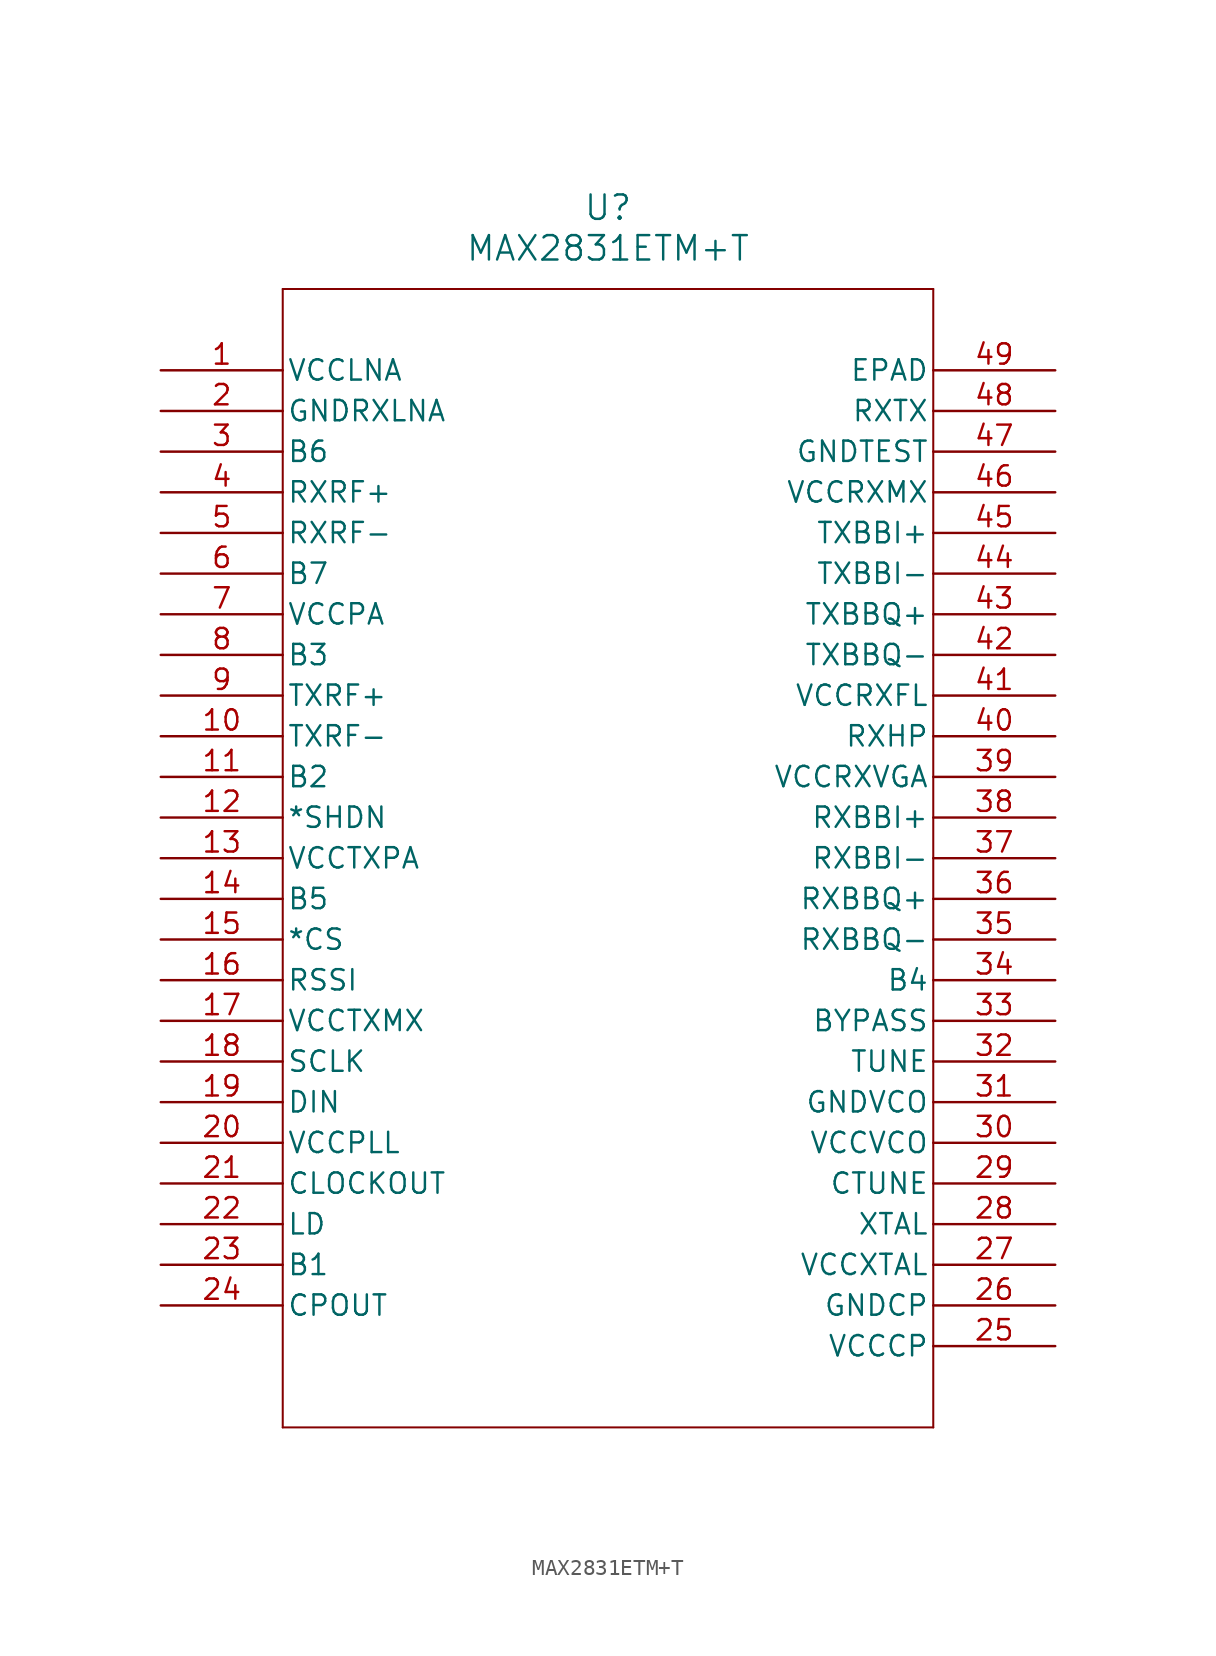
<source format=kicad_sym>
(kicad_symbol_lib
  (version 20211014)
  (generator kicad_symbol_editor)
  (symbol "MAX2831ETM+T"
    (pin_names
      (offset 0.254))
    (property "Reference" "U"
      (at 27.94 10.16 0)
      (effects (font (size 1.524 1.524))))
    (property "Value" "MAX2831ETM+T"
      (at 27.94 7.62 0)
      (effects (font (size 1.524 1.524))))
    (symbol "MAX2831ETM+T_0_1"
      (polyline (pts (xy 7.62 5.08) (xy 7.62 -66.04)) (stroke (width 0.127) (type default) (color 0 0 0 0)) (fill (type none)))
      (polyline (pts (xy 7.62 -66.04) (xy 48.26 -66.04)) (stroke (width 0.127) (type default) (color 0 0 0 0)) (fill (type none)))
      (polyline (pts (xy 48.26 -66.04) (xy 48.26 5.08)) (stroke (width 0.127) (type default) (color 0 0 0 0)) (fill (type none)))
      (polyline (pts (xy 48.26 5.08) (xy 7.62 5.08)) (stroke (width 0.127) (type default) (color 0 0 0 0)) (fill (type none)))
      (pin power_in line (at 0 0 0) (length 7.62) (name "VCCLNA" (effects (font (size 1.27 1.27)))) (number "1" (effects (font (size 1.27 1.27)))))
      (pin power_in line (at 0 -2.54 0) (length 7.62) (name "GNDRXLNA" (effects (font (size 1.27 1.27)))) (number "2" (effects (font (size 1.27 1.27)))))
      (pin unspecified line (at 0 -5.08 0) (length 7.62) (name "B6" (effects (font (size 1.27 1.27)))) (number "3" (effects (font (size 1.27 1.27)))))
      (pin unspecified line (at 0 -7.62 0) (length 7.62) (name "RXRF+" (effects (font (size 1.27 1.27)))) (number "4" (effects (font (size 1.27 1.27)))))
      (pin unspecified line (at 0 -10.16 0) (length 7.62) (name "RXRF-" (effects (font (size 1.27 1.27)))) (number "5" (effects (font (size 1.27 1.27)))))
      (pin unspecified line (at 0 -12.7 0) (length 7.62) (name "B7" (effects (font (size 1.27 1.27)))) (number "6" (effects (font (size 1.27 1.27)))))
      (pin power_in line (at 0 -15.24 0) (length 7.62) (name "VCCPA" (effects (font (size 1.27 1.27)))) (number "7" (effects (font (size 1.27 1.27)))))
      (pin unspecified line (at 0 -17.78 0) (length 7.62) (name "B3" (effects (font (size 1.27 1.27)))) (number "8" (effects (font (size 1.27 1.27)))))
      (pin unspecified line (at 0 -20.32 0) (length 7.62) (name "TXRF+" (effects (font (size 1.27 1.27)))) (number "9" (effects (font (size 1.27 1.27)))))
      (pin unspecified line (at 0 -22.86 0) (length 7.62) (name "TXRF-" (effects (font (size 1.27 1.27)))) (number "10" (effects (font (size 1.27 1.27)))))
      (pin unspecified line (at 0 -25.4 0) (length 7.62) (name "B2" (effects (font (size 1.27 1.27)))) (number "11" (effects (font (size 1.27 1.27)))))
      (pin unspecified line (at 0 -27.94 0) (length 7.62) (name "*SHDN" (effects (font (size 1.27 1.27)))) (number "12" (effects (font (size 1.27 1.27)))))
      (pin power_in line (at 0 -30.48 0) (length 7.62) (name "VCCTXPA" (effects (font (size 1.27 1.27)))) (number "13" (effects (font (size 1.27 1.27)))))
      (pin unspecified line (at 0 -33.02 0) (length 7.62) (name "B5" (effects (font (size 1.27 1.27)))) (number "14" (effects (font (size 1.27 1.27)))))
      (pin unspecified line (at 0 -35.56 0) (length 7.62) (name "*CS" (effects (font (size 1.27 1.27)))) (number "15" (effects (font (size 1.27 1.27)))))
      (pin unspecified line (at 0 -38.1 0) (length 7.62) (name "RSSI" (effects (font (size 1.27 1.27)))) (number "16" (effects (font (size 1.27 1.27)))))
      (pin power_in line (at 0 -40.64 0) (length 7.62) (name "VCCTXMX" (effects (font (size 1.27 1.27)))) (number "17" (effects (font (size 1.27 1.27)))))
      (pin unspecified line (at 0 -43.18 0) (length 7.62) (name "SCLK" (effects (font (size 1.27 1.27)))) (number "18" (effects (font (size 1.27 1.27)))))
      (pin input line (at 0 -45.72 0) (length 7.62) (name "DIN" (effects (font (size 1.27 1.27)))) (number "19" (effects (font (size 1.27 1.27)))))
      (pin power_in line (at 0 -48.26 0) (length 7.62) (name "VCCPLL" (effects (font (size 1.27 1.27)))) (number "20" (effects (font (size 1.27 1.27)))))
      (pin output line (at 0 -50.8 0) (length 7.62) (name "CLOCKOUT" (effects (font (size 1.27 1.27)))) (number "21" (effects (font (size 1.27 1.27)))))
      (pin unspecified line (at 0 -53.34 0) (length 7.62) (name "LD" (effects (font (size 1.27 1.27)))) (number "22" (effects (font (size 1.27 1.27)))))
      (pin unspecified line (at 0 -55.88 0) (length 7.62) (name "B1" (effects (font (size 1.27 1.27)))) (number "23" (effects (font (size 1.27 1.27)))))
      (pin output line (at 0 -58.42 0) (length 7.62) (name "CPOUT" (effects (font (size 1.27 1.27)))) (number "24" (effects (font (size 1.27 1.27)))))
      (pin power_in line (at 55.88 -60.96 180) (length 7.62) (name "VCCCP" (effects (font (size 1.27 1.27)))) (number "25" (effects (font (size 1.27 1.27)))))
      (pin power_in line (at 55.88 -58.42 180) (length 7.62) (name "GNDCP" (effects (font (size 1.27 1.27)))) (number "26" (effects (font (size 1.27 1.27)))))
      (pin power_in line (at 55.88 -55.88 180) (length 7.62) (name "VCCXTAL" (effects (font (size 1.27 1.27)))) (number "27" (effects (font (size 1.27 1.27)))))
      (pin unspecified line (at 55.88 -53.34 180) (length 7.62) (name "XTAL" (effects (font (size 1.27 1.27)))) (number "28" (effects (font (size 1.27 1.27)))))
      (pin unspecified line (at 55.88 -50.8 180) (length 7.62) (name "CTUNE" (effects (font (size 1.27 1.27)))) (number "29" (effects (font (size 1.27 1.27)))))
      (pin power_in line (at 55.88 -48.26 180) (length 7.62) (name "VCCVCO" (effects (font (size 1.27 1.27)))) (number "30" (effects (font (size 1.27 1.27)))))
      (pin power_in line (at 55.88 -45.72 180) (length 7.62) (name "GNDVCO" (effects (font (size 1.27 1.27)))) (number "31" (effects (font (size 1.27 1.27)))))
      (pin unspecified line (at 55.88 -43.18 180) (length 7.62) (name "TUNE" (effects (font (size 1.27 1.27)))) (number "32" (effects (font (size 1.27 1.27)))))
      (pin unspecified line (at 55.88 -40.64 180) (length 7.62) (name "BYPASS" (effects (font (size 1.27 1.27)))) (number "33" (effects (font (size 1.27 1.27)))))
      (pin unspecified line (at 55.88 -38.1 180) (length 7.62) (name "B4" (effects (font (size 1.27 1.27)))) (number "34" (effects (font (size 1.27 1.27)))))
      (pin unspecified line (at 55.88 -35.56 180) (length 7.62) (name "RXBBQ-" (effects (font (size 1.27 1.27)))) (number "35" (effects (font (size 1.27 1.27)))))
      (pin unspecified line (at 55.88 -33.02 180) (length 7.62) (name "RXBBQ+" (effects (font (size 1.27 1.27)))) (number "36" (effects (font (size 1.27 1.27)))))
      (pin unspecified line (at 55.88 -30.48 180) (length 7.62) (name "RXBBI-" (effects (font (size 1.27 1.27)))) (number "37" (effects (font (size 1.27 1.27)))))
      (pin unspecified line (at 55.88 -27.94 180) (length 7.62) (name "RXBBI+" (effects (font (size 1.27 1.27)))) (number "38" (effects (font (size 1.27 1.27)))))
      (pin power_in line (at 55.88 -25.4 180) (length 7.62) (name "VCCRXVGA" (effects (font (size 1.27 1.27)))) (number "39" (effects (font (size 1.27 1.27)))))
      (pin unspecified line (at 55.88 -22.86 180) (length 7.62) (name "RXHP" (effects (font (size 1.27 1.27)))) (number "40" (effects (font (size 1.27 1.27)))))
      (pin power_in line (at 55.88 -20.32 180) (length 7.62) (name "VCCRXFL" (effects (font (size 1.27 1.27)))) (number "41" (effects (font (size 1.27 1.27)))))
      (pin unspecified line (at 55.88 -17.78 180) (length 7.62) (name "TXBBQ-" (effects (font (size 1.27 1.27)))) (number "42" (effects (font (size 1.27 1.27)))))
      (pin unspecified line (at 55.88 -15.24 180) (length 7.62) (name "TXBBQ+" (effects (font (size 1.27 1.27)))) (number "43" (effects (font (size 1.27 1.27)))))
      (pin unspecified line (at 55.88 -12.7 180) (length 7.62) (name "TXBBI-" (effects (font (size 1.27 1.27)))) (number "44" (effects (font (size 1.27 1.27)))))
      (pin unspecified line (at 55.88 -10.16 180) (length 7.62) (name "TXBBI+" (effects (font (size 1.27 1.27)))) (number "45" (effects (font (size 1.27 1.27)))))
      (pin power_in line (at 55.88 -7.62 180) (length 7.62) (name "VCCRXMX" (effects (font (size 1.27 1.27)))) (number "46" (effects (font (size 1.27 1.27)))))
      (pin power_in line (at 55.88 -5.08 180) (length 7.62) (name "GNDTEST" (effects (font (size 1.27 1.27)))) (number "47" (effects (font (size 1.27 1.27)))))
      (pin unspecified line (at 55.88 -2.54 180) (length 7.62) (name "RXTX" (effects (font (size 1.27 1.27)))) (number "48" (effects (font (size 1.27 1.27)))))
      (pin unspecified line (at 55.88 0 180) (length 7.62) (name "EPAD" (effects (font (size 1.27 1.27)))) (number "49" (effects (font (size 1.27 1.27))))))))
</source>
